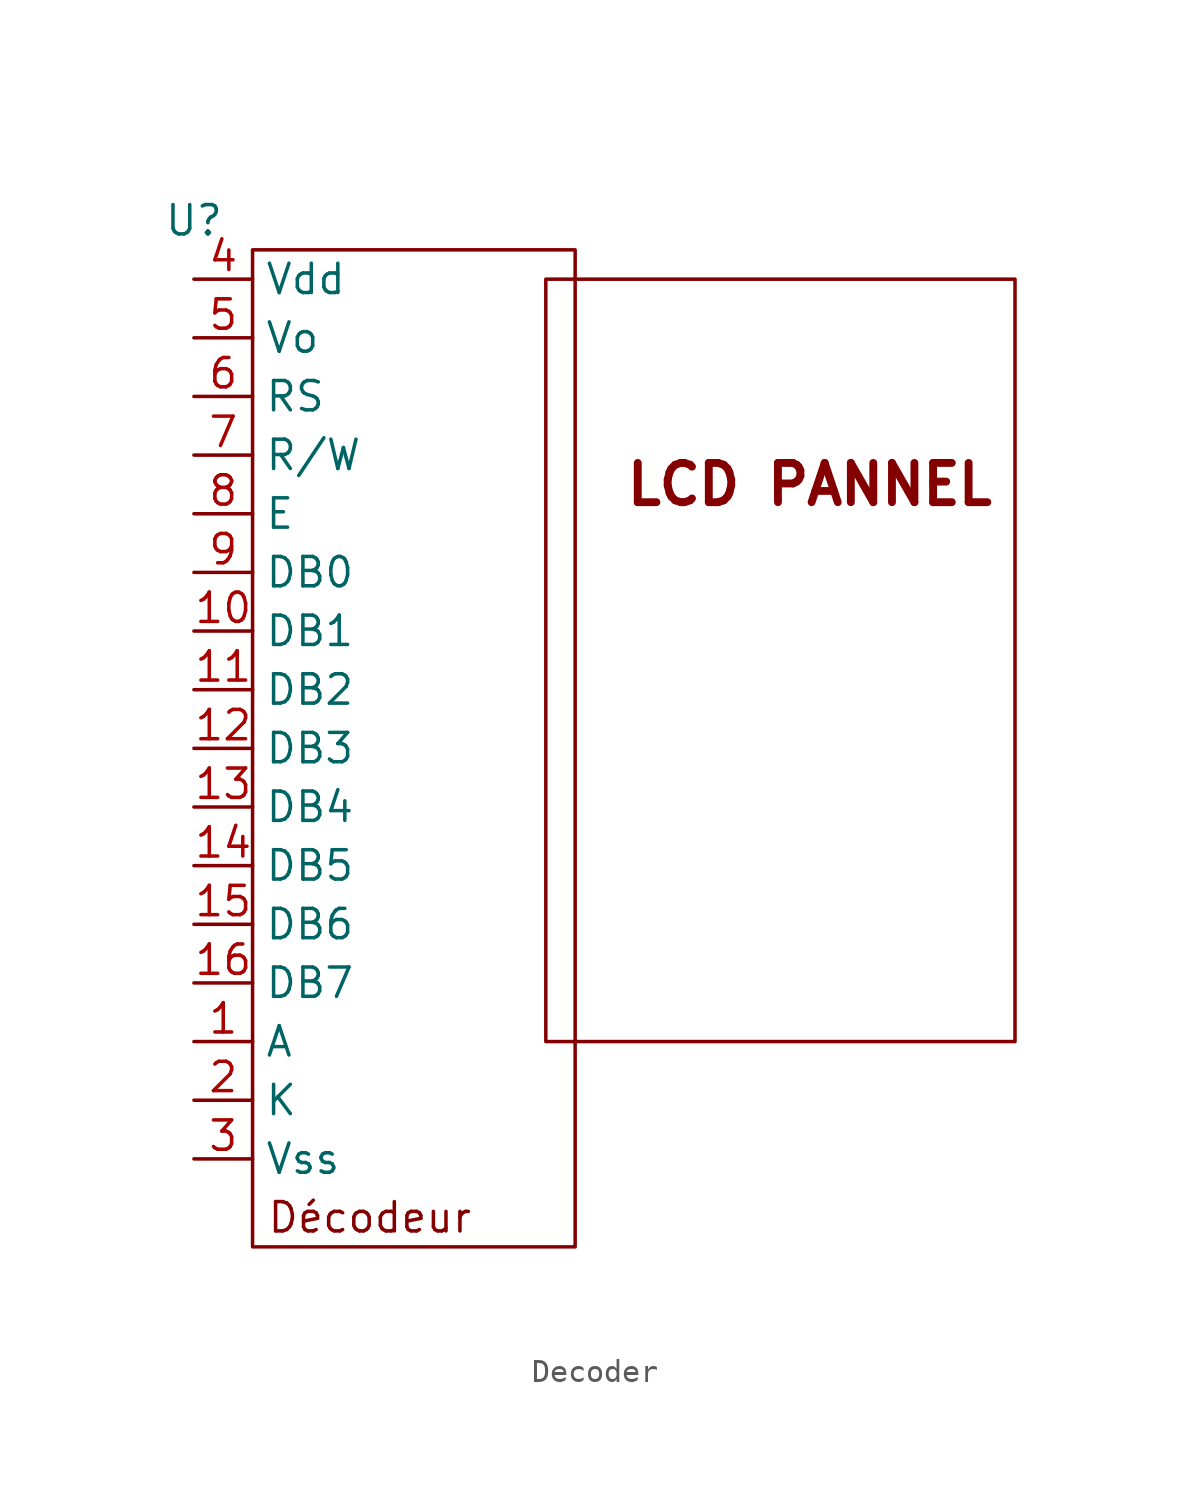
<source format=kicad_sym>
(kicad_symbol_lib
  (version 20220914)
  (generator kicad_symbol_editor)
  (symbol "Decoder"
    (power)
    (property "Reference" "U"
      (at -5.08 8.89 0)
      (effects (font (size 1.27 1.27))))
    (property "Value" ""
      (at 0 0 0)
      (effects (font (size 1.27 1.27))))
    (symbol "Decoder_0_1"
      (rectangle (start -2.54 7.62) (end 11.43 -35.56) (stroke (width 0) (type default)) (fill (type none))))
    (symbol "Decoder_1_1"
      (rectangle (start 10.16 6.35) (end 30.48 -26.67) (stroke (width 0) (type default)) (fill (type none)))
      (text "Décodeur" (at 2.54 -34.29 0) (effects (font (size 1.27 1.27))))
      (text "LCD PANNEL" (at 21.59 -2.54 0) (effects (font (size 1.7 1.7) bold)))
      (pin power_in line (at -5.08 -26.67 0) (length 2.54) (name "A" (effects (font (size 1.27 1.27)))) (number "1" (effects (font (size 1.27 1.27)))))
      (pin bidirectional line (at -5.08 -8.89 0) (length 2.54) (name "DB1" (effects (font (size 1.27 1.27)))) (number "10" (effects (font (size 1.27 1.27)))))
      (pin bidirectional line (at -5.08 -11.43 0) (length 2.54) (name "DB2" (effects (font (size 1.27 1.27)))) (number "11" (effects (font (size 1.27 1.27)))))
      (pin bidirectional line (at -5.08 -13.97 0) (length 2.54) (name "DB3" (effects (font (size 1.27 1.27)))) (number "12" (effects (font (size 1.27 1.27)))))
      (pin bidirectional line (at -5.08 -16.51 0) (length 2.54) (name "DB4" (effects (font (size 1.27 1.27)))) (number "13" (effects (font (size 1.27 1.27)))))
      (pin bidirectional line (at -5.08 -19.05 0) (length 2.54) (name "DB5" (effects (font (size 1.27 1.27)))) (number "14" (effects (font (size 1.27 1.27)))))
      (pin bidirectional line (at -5.08 -21.59 0) (length 2.54) (name "DB6" (effects (font (size 1.27 1.27)))) (number "15" (effects (font (size 1.27 1.27)))))
      (pin bidirectional line (at -5.08 -24.13 0) (length 2.54) (name "DB7" (effects (font (size 1.27 1.27)))) (number "16" (effects (font (size 1.27 1.27)))))
      (pin power_in line (at -5.08 -29.21 0) (length 2.54) (name "K" (effects (font (size 1.27 1.27)))) (number "2" (effects (font (size 1.27 1.27)))))
      (pin power_in line (at -5.08 -31.75 0) (length 2.54) (name "Vss" (effects (font (size 1.27 1.27)))) (number "3" (effects (font (size 1.27 1.27)))))
      (pin power_in line (at -5.08 6.35 0) (length 2.54) (name "Vdd" (effects (font (size 1.27 1.27)))) (number "4" (effects (font (size 1.27 1.27)))))
      (pin power_in line (at -5.08 3.81 0) (length 2.54) (name "Vo" (effects (font (size 1.27 1.27)))) (number "5" (effects (font (size 1.27 1.27)))))
      (pin input line (at -5.08 1.27 0) (length 2.54) (name "RS" (effects (font (size 1.27 1.27)))) (number "6" (effects (font (size 1.27 1.27)))))
      (pin input line (at -5.08 -1.27 0) (length 2.54) (name "R/W" (effects (font (size 1.27 1.27)))) (number "7" (effects (font (size 1.27 1.27)))))
      (pin input line (at -5.08 -3.81 0) (length 2.54) (name "E" (effects (font (size 1.27 1.27)))) (number "8" (effects (font (size 1.27 1.27)))))
      (pin bidirectional line (at -5.08 -6.35 0) (length 2.54) (name "DB0" (effects (font (size 1.27 1.27)))) (number "9" (effects (font (size 1.27 1.27))))))))
</source>
